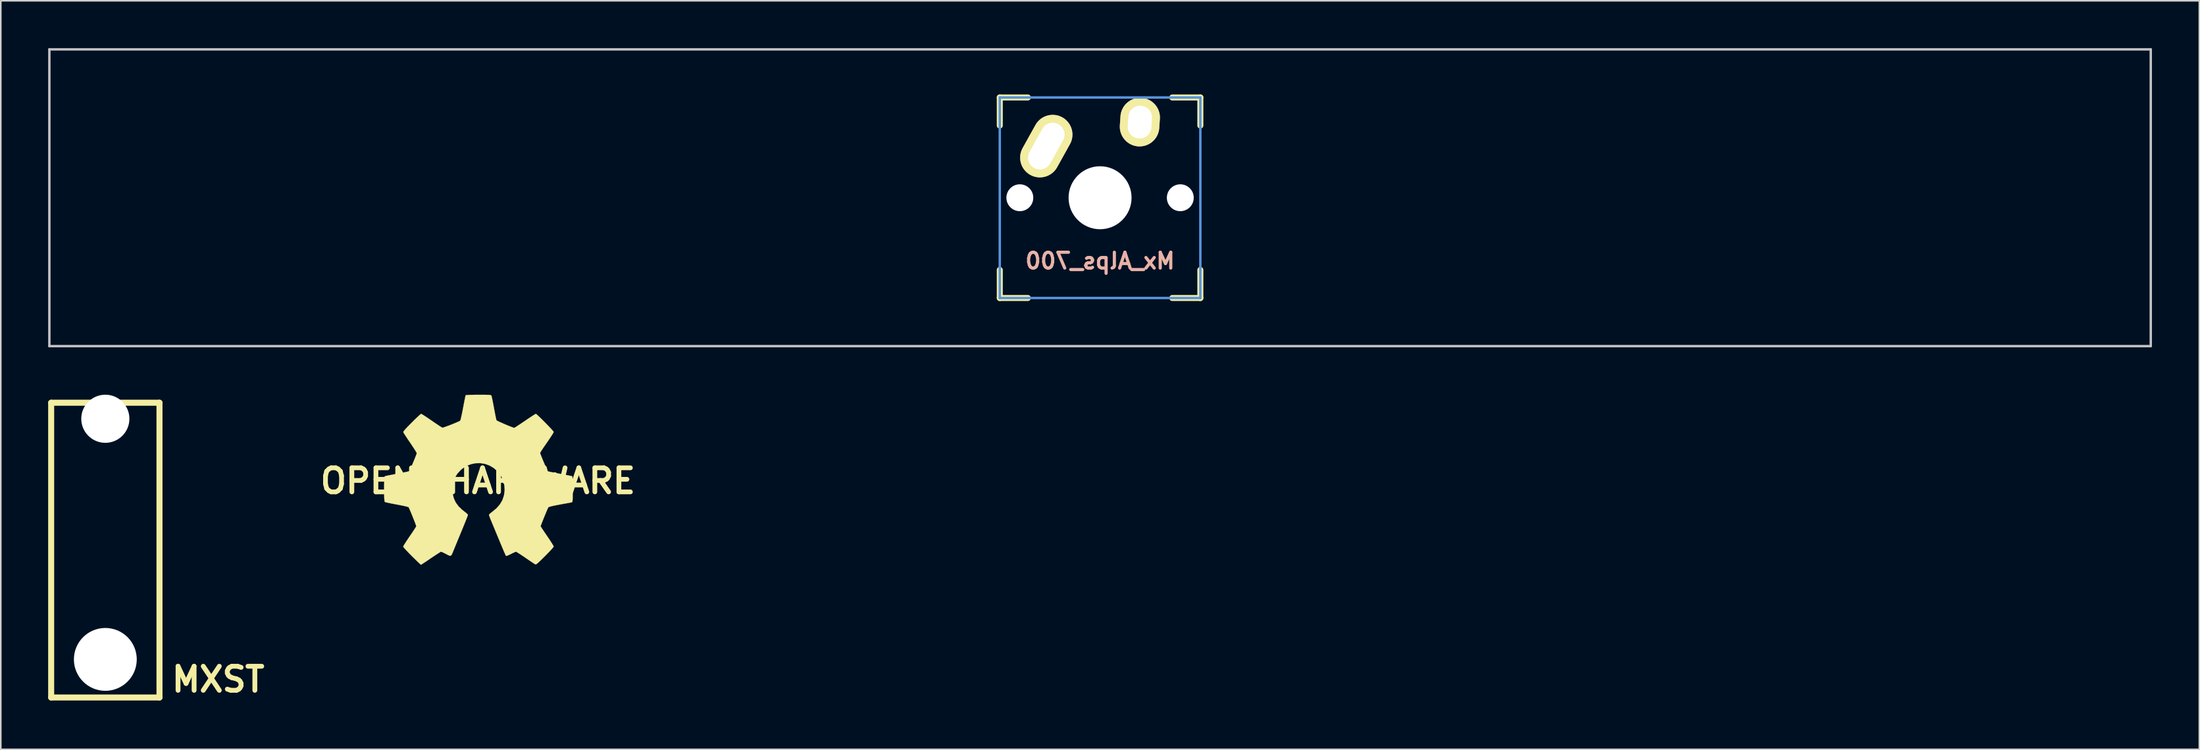
<source format=kicad_pcb>
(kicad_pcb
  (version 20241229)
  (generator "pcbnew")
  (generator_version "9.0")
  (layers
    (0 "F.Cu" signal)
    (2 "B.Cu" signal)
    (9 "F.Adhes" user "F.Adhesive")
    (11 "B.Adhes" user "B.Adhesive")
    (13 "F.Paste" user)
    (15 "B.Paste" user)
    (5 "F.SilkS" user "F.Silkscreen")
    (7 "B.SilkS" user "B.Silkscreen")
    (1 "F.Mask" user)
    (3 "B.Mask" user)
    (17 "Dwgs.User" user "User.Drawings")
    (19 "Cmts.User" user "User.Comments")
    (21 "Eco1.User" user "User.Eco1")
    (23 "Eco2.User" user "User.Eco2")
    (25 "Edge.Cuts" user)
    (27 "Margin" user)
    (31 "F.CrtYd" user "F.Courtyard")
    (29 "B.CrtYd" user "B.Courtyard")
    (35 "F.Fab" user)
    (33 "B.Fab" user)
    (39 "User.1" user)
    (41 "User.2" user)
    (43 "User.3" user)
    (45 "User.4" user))
  (footprint "OPEN-HARDWARE"
    (layer "F.Cu")
    (at 27.211 27.414)
    (property "Reference" "OPEN-HARDWARE" (at 0 0 0) (layer "F.SilkS") (effects (font (size 1.524 1.524) (thickness 0.3))))
    (attr through_hole)
    (fp_poly (pts (xy 0.279 -5.461) (xy 0.467 -5.46) (xy 0.607 -5.458) (xy 0.707 -5.454) (xy 0.773 -5.447) (xy 0.814 -5.437) (xy 0.837 -5.423) (xy 0.85 -5.404) (xy 0.857 -5.39) (xy 0.871 -5.338) (xy 0.894 -5.235) (xy 0.925 -5.089) (xy 0.96 -4.91) (xy 0.998 -4.708) (xy 1.017 -4.605) (xy 1.056 -4.398) (xy 1.092 -4.211) (xy 1.124 -4.052) (xy 1.15 -3.933) (xy 1.168 -3.861) (xy 1.173 -3.846) (xy 1.208 -3.822) (xy 1.29 -3.78) (xy 1.409 -3.725) (xy 1.553 -3.661) (xy 1.71 -3.592) (xy 1.869 -3.525) (xy 2.018 -3.464) (xy 2.147 -3.414) (xy 2.243 -3.38) (xy 2.296 -3.366) (xy 2.298 -3.366) (xy 2.333 -3.383) (xy 2.413 -3.432) (xy 2.53 -3.507) (xy 2.676 -3.603) (xy 2.844 -3.717) (xy 2.982 -3.81) (xy 3.162 -3.933) (xy 3.326 -4.042) (xy 3.466 -4.134) (xy 3.574 -4.203) (xy 3.643 -4.244) (xy 3.665 -4.255) (xy 3.699 -4.233) (xy 3.769 -4.172) (xy 3.867 -4.08) (xy 3.987 -3.965) (xy 4.119 -3.834) (xy 4.258 -3.694) (xy 4.395 -3.554) (xy 4.523 -3.421) (xy 4.634 -3.302) (xy 4.722 -3.206) (xy 4.777 -3.139) (xy 4.794 -3.11) (xy 4.78 -3.07) (xy 4.735 -2.99) (xy 4.659 -2.869) (xy 4.55 -2.703) (xy 4.407 -2.492) (xy 4.228 -2.233) (xy 4.14 -2.106) (xy 4.058 -1.984) (xy 3.992 -1.878) (xy 3.949 -1.801) (xy 3.937 -1.767) (xy 3.949 -1.727) (xy 3.982 -1.64) (xy 4.031 -1.517) (xy 4.091 -1.37) (xy 4.157 -1.211) (xy 4.226 -1.05) (xy 4.291 -0.899) (xy 4.348 -0.77) (xy 4.393 -0.673) (xy 4.42 -0.62) (xy 4.424 -0.614) (xy 4.458 -0.604) (xy 4.547 -0.584) (xy 4.68 -0.556) (xy 4.848 -0.522) (xy 5.044 -0.484) (xy 5.176 -0.46) (xy 5.386 -0.42) (xy 5.577 -0.383) (xy 5.738 -0.351) (xy 5.862 -0.326) (xy 5.938 -0.31) (xy 5.956 -0.305) (xy 5.97 -0.289) (xy 5.981 -0.25) (xy 5.989 -0.181) (xy 5.995 -0.075) (xy 5.998 0.074) (xy 6 0.274) (xy 6.001 0.521) (xy 6 0.769) (xy 5.999 0.961) (xy 5.997 1.105) (xy 5.992 1.207) (xy 5.985 1.274) (xy 5.975 1.315) (xy 5.962 1.337) (xy 5.945 1.346) (xy 5.89 1.359) (xy 5.79 1.379) (xy 5.663 1.403) (xy 5.604 1.413) (xy 5.295 1.469) (xy 5.043 1.516) (xy 4.843 1.556) (xy 4.691 1.589) (xy 4.581 1.617) (xy 4.508 1.64) (xy 4.466 1.661) (xy 4.455 1.671) (xy 4.433 1.713) (xy 4.393 1.802) (xy 4.34 1.926) (xy 4.278 2.075) (xy 4.211 2.238) (xy 4.144 2.402) (xy 4.083 2.557) (xy 4.03 2.692) (xy 3.991 2.796) (xy 3.971 2.856) (xy 3.969 2.866) (xy 3.986 2.898) (xy 4.034 2.975) (xy 4.109 3.089) (xy 4.204 3.231) (xy 4.316 3.395) (xy 4.381 3.491) (xy 4.5 3.666) (xy 4.605 3.826) (xy 4.692 3.963) (xy 4.755 4.068) (xy 4.789 4.134) (xy 4.794 4.15) (xy 4.772 4.19) (xy 4.709 4.267) (xy 4.611 4.377) (xy 4.483 4.513) (xy 4.33 4.67) (xy 4.242 4.759) (xy 4.069 4.929) (xy 3.936 5.06) (xy 3.835 5.155) (xy 3.761 5.22) (xy 3.708 5.259) (xy 3.671 5.277) (xy 3.643 5.279) (xy 3.618 5.27) (xy 3.618 5.269) (xy 3.57 5.24) (xy 3.48 5.181) (xy 3.356 5.098) (xy 3.206 4.997) (xy 3.04 4.883) (xy 2.997 4.854) (xy 2.832 4.741) (xy 2.682 4.642) (xy 2.557 4.562) (xy 2.465 4.505) (xy 2.415 4.478) (xy 2.409 4.477) (xy 2.365 4.491) (xy 2.279 4.528) (xy 2.166 4.582) (xy 2.086 4.623) (xy 1.959 4.685) (xy 1.857 4.726) (xy 1.792 4.744) (xy 1.776 4.741) (xy 1.757 4.706) (xy 1.717 4.619) (xy 1.66 4.488) (xy 1.588 4.322) (xy 1.506 4.126) (xy 1.415 3.908) (xy 1.38 3.825) (xy 1.279 3.58) (xy 1.176 3.333) (xy 1.078 3.097) (xy 0.99 2.884) (xy 0.915 2.704) (xy 0.859 2.571) (xy 0.856 2.562) (xy 0.796 2.417) (xy 0.747 2.291) (xy 0.713 2.196) (xy 0.699 2.146) (xy 0.699 2.144) (xy 0.723 2.106) (xy 0.787 2.045) (xy 0.878 1.973) (xy 0.897 1.959) (xy 1.174 1.73) (xy 1.391 1.482) (xy 1.549 1.212) (xy 1.649 0.919) (xy 1.691 0.601) (xy 1.693 0.524) (xy 1.666 0.206) (xy 1.584 -0.085) (xy 1.442 -0.357) (xy 1.24 -0.612) (xy 1.238 -0.614) (xy 1.001 -0.824) (xy 0.736 -0.98) (xy 0.452 -1.084) (xy 0.156 -1.133) (xy -0.144 -1.128) (xy -0.44 -1.068) (xy -0.724 -0.954) (xy -0.989 -0.785) (xy -1.079 -0.709) (xy -1.3 -0.471) (xy -1.463 -0.206) (xy -1.569 0.085) (xy -1.616 0.402) (xy -1.619 0.505) (xy -1.597 0.822) (xy -1.526 1.106) (xy -1.405 1.364) (xy -1.229 1.603) (xy -0.995 1.829) (xy -0.857 1.937) (xy -0.756 2.016) (xy -0.68 2.086) (xy -0.639 2.135) (xy -0.635 2.146) (xy -0.647 2.185) (xy -0.68 2.276) (xy -0.733 2.411) (xy -0.801 2.583) (xy -0.882 2.785) (xy -0.974 3.011) (xy -1.052 3.199) (xy -1.155 3.449) (xy -1.255 3.69) (xy -1.347 3.915) (xy -1.429 4.114) (xy -1.496 4.277) (xy -1.545 4.396) (xy -1.565 4.445) (xy -1.625 4.592) (xy -1.673 4.685) (xy -1.721 4.731) (xy -1.783 4.734) (xy -1.872 4.699) (xy -2.001 4.632) (xy -2.017 4.624) (xy -2.139 4.561) (xy -2.243 4.511) (xy -2.313 4.482) (xy -2.334 4.477) (xy -2.371 4.494) (xy -2.453 4.542) (xy -2.57 4.617) (xy -2.716 4.712) (xy -2.883 4.823) (xy -2.981 4.889) (xy -3.154 5.007) (xy -3.31 5.112) (xy -3.441 5.198) (xy -3.539 5.261) (xy -3.597 5.297) (xy -3.609 5.302) (xy -3.637 5.281) (xy -3.703 5.22) (xy -3.801 5.127) (xy -3.925 5.008) (xy -4.068 4.867) (xy -4.181 4.756) (xy -4.334 4.602) (xy -4.47 4.46) (xy -4.584 4.337) (xy -4.669 4.24) (xy -4.72 4.176) (xy -4.731 4.154) (xy -4.713 4.113) (xy -4.664 4.028) (xy -4.589 3.908) (xy -4.493 3.76) (xy -4.381 3.593) (xy -4.319 3.502) (xy -4.201 3.329) (xy -4.096 3.173) (xy -4.009 3.04) (xy -3.946 2.94) (xy -3.911 2.879) (xy -3.906 2.866) (xy -3.918 2.821) (xy -3.949 2.729) (xy -3.997 2.601) (xy -4.056 2.449) (xy -4.122 2.284) (xy -4.189 2.118) (xy -4.254 1.961) (xy -4.312 1.826) (xy -4.359 1.724) (xy -4.389 1.665) (xy -4.395 1.657) (xy -4.436 1.64) (xy -4.531 1.614) (xy -4.67 1.581) (xy -4.843 1.545) (xy -5.04 1.506) (xy -5.146 1.486) (xy -5.353 1.448) (xy -5.539 1.411) (xy -5.696 1.378) (xy -5.814 1.351) (xy -5.884 1.331) (xy -5.898 1.325) (xy -5.911 1.284) (xy -5.923 1.19) (xy -5.931 1.055) (xy -5.937 0.889) (xy -5.94 0.703) (xy -5.941 0.506) (xy -5.94 0.309) (xy -5.935 0.123) (xy -5.929 -0.041) (xy -5.92 -0.175) (xy -5.908 -0.266) (xy -5.894 -0.304) (xy -5.893 -0.305) (xy -5.851 -0.315) (xy -5.755 -0.335) (xy -5.616 -0.363) (xy -5.442 -0.397) (xy -5.242 -0.435) (xy -5.113 -0.459) (xy -4.904 -0.499) (xy -4.716 -0.536) (xy -4.557 -0.57) (xy -4.438 -0.597) (xy -4.367 -0.617) (xy -4.35 -0.624) (xy -4.326 -0.665) (xy -4.284 -0.754) (xy -4.228 -0.878) (xy -4.164 -1.026) (xy -4.096 -1.186) (xy -4.03 -1.346) (xy -3.969 -1.496) (xy -3.92 -1.622) (xy -3.886 -1.714) (xy -3.874 -1.76) (xy -3.873 -1.761) (xy -3.891 -1.802) (xy -3.94 -1.887) (xy -4.014 -2.008) (xy -4.111 -2.157) (xy -4.223 -2.325) (xy -4.29 -2.424) (xy -4.41 -2.6) (xy -4.518 -2.762) (xy -4.608 -2.9) (xy -4.676 -3.006) (xy -4.716 -3.074) (xy -4.724 -3.091) (xy -4.717 -3.123) (xy -4.681 -3.178) (xy -4.613 -3.26) (xy -4.51 -3.373) (xy -4.367 -3.521) (xy -4.188 -3.702) (xy -4.034 -3.855) (xy -3.893 -3.991) (xy -3.772 -4.106) (xy -3.678 -4.191) (xy -3.617 -4.243) (xy -3.597 -4.255) (xy -3.56 -4.237) (xy -3.48 -4.188) (xy -3.363 -4.113) (xy -3.216 -4.016) (xy -3.049 -3.903) (xy -2.929 -3.821) (xy -2.752 -3.699) (xy -2.589 -3.589) (xy -2.45 -3.497) (xy -2.342 -3.427) (xy -2.274 -3.385) (xy -2.254 -3.375) (xy -2.211 -3.382) (xy -2.121 -3.41) (xy -1.996 -3.454) (xy -1.848 -3.509) (xy -1.688 -3.571) (xy -1.528 -3.635) (xy -1.379 -3.697) (xy -1.254 -3.752) (xy -1.164 -3.795) (xy -1.121 -3.821) (xy -1.105 -3.861) (xy -1.08 -3.955) (xy -1.048 -4.094) (xy -1.01 -4.268) (xy -0.97 -4.468) (xy -0.939 -4.63) (xy -0.899 -4.844) (xy -0.861 -5.038) (xy -0.828 -5.202) (xy -0.802 -5.329) (xy -0.783 -5.408) (xy -0.776 -5.432) (xy -0.74 -5.44) (xy -0.649 -5.447) (xy -0.509 -5.454) (xy -0.329 -5.458) (xy -0.117 -5.461) (xy 0.034 -5.461) (xy 0.279 -5.461)) (stroke (width 0.01) (type solid)) (fill yes) (layer "F.SilkS")))
  (footprint "Mx_Alps_700"
    (layer "F.Cu")
    (at 66.601 9.474)
    (property "Reference" "Mx_Alps_700" (at 0 4 0) (layer "B.SilkS") (effects (font (size 1 1) (thickness 0.2)) (justify mirror)))
    (attr through_hole)
    (fp_line (start -6.35 -6.35) (end -4.572 -6.35) (stroke (width 0.381) (type solid)) (layer "F.SilkS"))
    (fp_line (start -6.35 -4.572) (end -6.35 -6.35) (stroke (width 0.381) (type solid)) (layer "F.SilkS"))
    (fp_line (start -6.35 6.35) (end -6.35 4.572) (stroke (width 0.381) (type solid)) (layer "F.SilkS"))
    (fp_line (start -4.572 6.35) (end -6.35 6.35) (stroke (width 0.381) (type solid)) (layer "F.SilkS"))
    (fp_line (start 4.572 -6.35) (end 6.35 -6.35) (stroke (width 0.381) (type solid)) (layer "F.SilkS"))
    (fp_line (start 6.35 -6.35) (end 6.35 -4.572) (stroke (width 0.381) (type solid)) (layer "F.SilkS"))
    (fp_line (start 6.35 4.572) (end 6.35 6.35) (stroke (width 0.381) (type solid)) (layer "F.SilkS"))
    (fp_line (start 6.35 6.35) (end 4.572 6.35) (stroke (width 0.381) (type solid)) (layer "F.SilkS"))
    (fp_line (start -66.525 -9.398) (end 66.525 -9.398) (stroke (width 0.152) (type solid)) (layer "Dwgs.User"))
    (fp_line (start -66.525 9.398) (end -66.525 -9.398) (stroke (width 0.152) (type solid)) (layer "Dwgs.User"))
    (fp_line (start 66.525 -9.398) (end 66.525 9.398) (stroke (width 0.152) (type solid)) (layer "Dwgs.User"))
    (fp_line (start 66.525 9.398) (end -66.525 9.398) (stroke (width 0.152) (type solid)) (layer "Dwgs.User"))
    (fp_line (start -6.35 -6.35) (end 6.35 -6.35) (stroke (width 0.152) (type solid)) (layer "Cmts.User"))
    (fp_line (start -6.35 6.35) (end -6.35 -6.35) (stroke (width 0.152) (type solid)) (layer "Cmts.User"))
    (fp_line (start 6.35 -6.35) (end 6.35 6.35) (stroke (width 0.152) (type solid)) (layer "Cmts.User"))
    (fp_line (start 6.35 6.35) (end -6.35 6.35) (stroke (width 0.152) (type solid)) (layer "Cmts.User"))
    (fp_line (start -6.985 -6.985) (end -6.985 6.985) (stroke (width 0.152) (type solid)) (layer "Eco2.User"))
    (fp_line (start -6.985 -6.985) (end 6.985 -6.985) (stroke (width 0.152) (type solid)) (layer "Eco2.User"))
    (fp_line (start 6.985 -6.985) (end 6.985 6.985) (stroke (width 0.152) (type solid)) (layer "Eco2.User"))
    (fp_line (start 6.985 6.985) (end -6.985 6.985) (stroke (width 0.152) (type solid)) (layer "Eco2.User"))
    (pad "" np_thru_hole circle (at -5.08 0) (size 1.702 1.702) (drill 1.702) (layers "*.Cu"))
    (pad "" np_thru_hole circle (at 0 0) (size 3.988 3.988) (drill 3.988) (layers "*.Cu"))
    (pad "" np_thru_hole circle (at 5.08 0) (size 1.702 1.702) (drill 1.702) (layers "*.Cu"))
    (pad "1" thru_hole oval (at -3.405 -3.27 330.95) (size 2.5 4.17) (drill oval 1.5 3.17) (layers "*.Cu" "*.Mask" "F.SilkS"))
    (pad "2" thru_hole oval (at 2.52 -4.79 356.1) (size 2.5 3.08) (drill oval 1.5 2.08) (layers "*.Cu" "*.Mask" "F.SilkS")))
  (footprint "MXST"
    (layer "F.Cu")
    (at 3.619 30.457)
    (property "Reference" "MXST" (at 7.144 9.524 0) (layer "F.SilkS") (effects (font (size 1.524 1.524) (thickness 0.305))))
    (attr through_hole)
    (fp_line (start -3.429 -8.001) (end -3.429 10.668) (stroke (width 0.381) (type solid)) (layer "F.SilkS"))
    (fp_line (start -3.429 10.668) (end 3.429 10.668) (stroke (width 0.381) (type solid)) (layer "F.SilkS"))
    (fp_line (start 3.429 -8.001) (end -3.429 -8.001) (stroke (width 0.381) (type solid)) (layer "F.SilkS"))
    (fp_line (start 3.429 10.668) (end 3.429 -8.001) (stroke (width 0.381) (type solid)) (layer "F.SilkS"))
    (pad "" np_thru_hole circle (at 0 -6.985) (size 3.048 3.048) (drill 3.048) (layers "*.Cu" "*.Mask"))
    (pad "" np_thru_hole circle (at 0 8.255) (size 3.98 3.98) (drill 3.98) (layers "*.Cu" "*.Mask")))
  (gr_rect
    (start -3 -3)
    (end 136.202 44.408)
    (stroke (width 0.1) (type default))
    (fill no)
    (layer "Edge.Cuts")))
</source>
